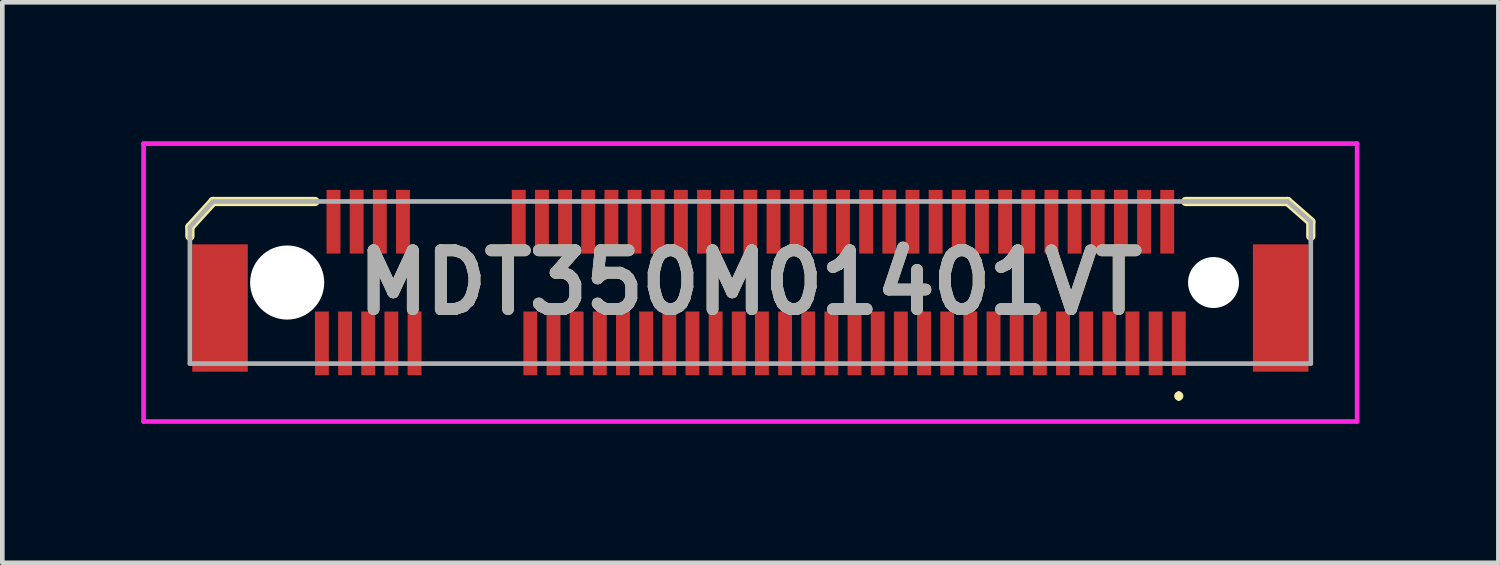
<source format=kicad_pcb>
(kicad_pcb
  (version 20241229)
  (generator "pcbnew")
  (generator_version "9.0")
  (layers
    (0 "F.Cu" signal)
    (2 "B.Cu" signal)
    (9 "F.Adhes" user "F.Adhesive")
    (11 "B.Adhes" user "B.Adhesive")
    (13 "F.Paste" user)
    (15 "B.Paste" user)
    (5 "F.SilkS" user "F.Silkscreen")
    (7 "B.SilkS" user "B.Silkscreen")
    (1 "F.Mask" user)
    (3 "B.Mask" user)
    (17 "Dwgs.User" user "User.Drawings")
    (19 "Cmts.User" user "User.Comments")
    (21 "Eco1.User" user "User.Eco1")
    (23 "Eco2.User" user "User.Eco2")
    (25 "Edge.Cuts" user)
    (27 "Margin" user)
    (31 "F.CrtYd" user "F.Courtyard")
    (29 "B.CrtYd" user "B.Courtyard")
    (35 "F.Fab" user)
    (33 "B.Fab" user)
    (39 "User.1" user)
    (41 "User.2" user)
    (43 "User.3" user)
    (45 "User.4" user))
  (footprint "MDT350M01401VT"
    (layer "F.Cu")
    (at 13.15 3.05)
    (property "Reference" "MDT350M01401VT" (at 0 0 0) (layer "F.SilkS") (effects (font (size 1.27 1.27) (thickness 0.254))))
    (attr through_hole)
    (fp_line (start -12.1 -1.2) (end -12.1 -1) (stroke (width 0.2) (type solid)) (layer "F.SilkS"))
    (fp_line (start -11.6 -1.75) (end -12.1 -1.2) (stroke (width 0.2) (type solid)) (layer "F.SilkS"))
    (fp_line (start -9.4 -1.75) (end -11.6 -1.75) (stroke (width 0.2) (type solid)) (layer "F.SilkS"))
    (fp_line (start 9.25 2.4) (end 9.25 2.4) (stroke (width 0.1) (type solid)) (layer "F.SilkS"))
    (fp_line (start 9.25 2.5) (end 9.25 2.5) (stroke (width 0.1) (type solid)) (layer "F.SilkS"))
    (fp_line (start 9.4 -1.75) (end 11.6 -1.75) (stroke (width 0.2) (type solid)) (layer "F.SilkS"))
    (fp_line (start 11.6 -1.75) (end 12.1 -1.313) (stroke (width 0.2) (type solid)) (layer "F.SilkS"))
    (fp_line (start 12.1 -1.313) (end 12.1 -1) (stroke (width 0.2) (type solid)) (layer "F.SilkS"))
    (fp_arc (start 9.25 2.4) (mid 9.3 2.45) (end 9.25 2.5) (stroke (width 0.1) (type solid)) (layer "F.SilkS"))
    (fp_arc (start 9.25 2.5) (mid 9.2 2.45) (end 9.25 2.4) (stroke (width 0.1) (type solid)) (layer "F.SilkS"))
    (fp_line (start -13.1 -3) (end 13.1 -3) (stroke (width 0.1) (type solid)) (layer "F.CrtYd"))
    (fp_line (start -13.1 3) (end -13.1 -3) (stroke (width 0.1) (type solid)) (layer "F.CrtYd"))
    (fp_line (start 13.1 -3) (end 13.1 3) (stroke (width 0.1) (type solid)) (layer "F.CrtYd"))
    (fp_line (start 13.1 3) (end -13.1 3) (stroke (width 0.1) (type solid)) (layer "F.CrtYd"))
    (fp_line (start -12.1 -1.2) (end -11.6 -1.75) (stroke (width 0.1) (type solid)) (layer "F.Fab"))
    (fp_line (start -12.1 1.75) (end -12.1 -1.2) (stroke (width 0.1) (type solid)) (layer "F.Fab"))
    (fp_line (start -11.6 -1.75) (end 11.6 -1.75) (stroke (width 0.1) (type solid)) (layer "F.Fab"))
    (fp_line (start 11.6 -1.75) (end 12.1 -1.313) (stroke (width 0.1) (type solid)) (layer "F.Fab"))
    (fp_line (start 12.1 -1.313) (end 12.1 1.75) (stroke (width 0.1) (type solid)) (layer "F.Fab"))
    (fp_line (start 12.1 1.75) (end -12.1 1.75) (stroke (width 0.1) (type solid)) (layer "F.Fab"))
    (fp_text user "${REFERENCE}" (at 0 0 0) (layer "F.Fab") (effects (font (size 1.27 1.27) (thickness 0.254))))
    (pad "" np_thru_hole circle (at -10 0) (size 1.6 1.6) (drill 1.6) (layers "*.Cu" "*.Mask"))
    (pad "" np_thru_hole circle (at 10 0) (size 1.1 1.1) (drill 1.1) (layers "*.Cu" "*.Mask"))
    (pad "1" smd rect (at 9.25 1.313) (size 0.3 1.375) (layers "F.Cu" "F.Mask" "F.Paste"))
    (pad "2" smd rect (at 9 -1.313) (size 0.3 1.375) (layers "F.Cu" "F.Mask" "F.Paste"))
    (pad "3" smd rect (at 8.75 1.313) (size 0.3 1.375) (layers "F.Cu" "F.Mask" "F.Paste"))
    (pad "4" smd rect (at 8.5 -1.313) (size 0.3 1.375) (layers "F.Cu" "F.Mask" "F.Paste"))
    (pad "5" smd rect (at 8.25 1.313) (size 0.3 1.375) (layers "F.Cu" "F.Mask" "F.Paste"))
    (pad "6" smd rect (at 8 -1.313) (size 0.3 1.375) (layers "F.Cu" "F.Mask" "F.Paste"))
    (pad "7" smd rect (at 7.75 1.313) (size 0.3 1.375) (layers "F.Cu" "F.Mask" "F.Paste"))
    (pad "8" smd rect (at 7.5 -1.313) (size 0.3 1.375) (layers "F.Cu" "F.Mask" "F.Paste"))
    (pad "9" smd rect (at 7.25 1.313) (size 0.3 1.375) (layers "F.Cu" "F.Mask" "F.Paste"))
    (pad "10" smd rect (at 7 -1.313) (size 0.3 1.375) (layers "F.Cu" "F.Mask" "F.Paste"))
    (pad "11" smd rect (at 6.75 1.313) (size 0.3 1.375) (layers "F.Cu" "F.Mask" "F.Paste"))
    (pad "12" smd rect (at 6.5 -1.313) (size 0.3 1.375) (layers "F.Cu" "F.Mask" "F.Paste"))
    (pad "13" smd rect (at 6.25 1.313) (size 0.3 1.375) (layers "F.Cu" "F.Mask" "F.Paste"))
    (pad "14" smd rect (at 6 -1.313) (size 0.3 1.375) (layers "F.Cu" "F.Mask" "F.Paste"))
    (pad "15" smd rect (at 5.75 1.313) (size 0.3 1.375) (layers "F.Cu" "F.Mask" "F.Paste"))
    (pad "16" smd rect (at 5.5 -1.313) (size 0.3 1.375) (layers "F.Cu" "F.Mask" "F.Paste"))
    (pad "17" smd rect (at 5.25 1.313) (size 0.3 1.375) (layers "F.Cu" "F.Mask" "F.Paste"))
    (pad "18" smd rect (at 5 -1.313) (size 0.3 1.375) (layers "F.Cu" "F.Mask" "F.Paste"))
    (pad "19" smd rect (at 4.75 1.313) (size 0.3 1.375) (layers "F.Cu" "F.Mask" "F.Paste"))
    (pad "20" smd rect (at 4.5 -1.313) (size 0.3 1.375) (layers "F.Cu" "F.Mask" "F.Paste"))
    (pad "21" smd rect (at 4.25 1.313) (size 0.3 1.375) (layers "F.Cu" "F.Mask" "F.Paste"))
    (pad "22" smd rect (at 4 -1.313) (size 0.3 1.375) (layers "F.Cu" "F.Mask" "F.Paste"))
    (pad "23" smd rect (at 3.75 1.313) (size 0.3 1.375) (layers "F.Cu" "F.Mask" "F.Paste"))
    (pad "24" smd rect (at 3.5 -1.313) (size 0.3 1.375) (layers "F.Cu" "F.Mask" "F.Paste"))
    (pad "25" smd rect (at 3.25 1.313) (size 0.3 1.375) (layers "F.Cu" "F.Mask" "F.Paste"))
    (pad "26" smd rect (at 3 -1.313) (size 0.3 1.375) (layers "F.Cu" "F.Mask" "F.Paste"))
    (pad "27" smd rect (at 2.75 1.313) (size 0.3 1.375) (layers "F.Cu" "F.Mask" "F.Paste"))
    (pad "28" smd rect (at 2.5 -1.313) (size 0.3 1.375) (layers "F.Cu" "F.Mask" "F.Paste"))
    (pad "29" smd rect (at 2.25 1.313) (size 0.3 1.375) (layers "F.Cu" "F.Mask" "F.Paste"))
    (pad "30" smd rect (at 2 -1.313) (size 0.3 1.375) (layers "F.Cu" "F.Mask" "F.Paste"))
    (pad "31" smd rect (at 1.75 1.313) (size 0.3 1.375) (layers "F.Cu" "F.Mask" "F.Paste"))
    (pad "32" smd rect (at 1.5 -1.313) (size 0.3 1.375) (layers "F.Cu" "F.Mask" "F.Paste"))
    (pad "33" smd rect (at 1.25 1.313) (size 0.3 1.375) (layers "F.Cu" "F.Mask" "F.Paste"))
    (pad "34" smd rect (at 1 -1.313) (size 0.3 1.375) (layers "F.Cu" "F.Mask" "F.Paste"))
    (pad "35" smd rect (at 0.75 1.313) (size 0.3 1.375) (layers "F.Cu" "F.Mask" "F.Paste"))
    (pad "36" smd rect (at 0.5 -1.313) (size 0.3 1.375) (layers "F.Cu" "F.Mask" "F.Paste"))
    (pad "37" smd rect (at 0.25 1.313) (size 0.3 1.375) (layers "F.Cu" "F.Mask" "F.Paste"))
    (pad "38" smd rect (at 0 -1.313) (size 0.3 1.375) (layers "F.Cu" "F.Mask" "F.Paste"))
    (pad "39" smd rect (at -0.25 1.313) (size 0.3 1.375) (layers "F.Cu" "F.Mask" "F.Paste"))
    (pad "40" smd rect (at -0.5 -1.313) (size 0.3 1.375) (layers "F.Cu" "F.Mask" "F.Paste"))
    (pad "41" smd rect (at -0.75 1.313) (size 0.3 1.375) (layers "F.Cu" "F.Mask" "F.Paste"))
    (pad "42" smd rect (at -1 -1.313) (size 0.3 1.375) (layers "F.Cu" "F.Mask" "F.Paste"))
    (pad "43" smd rect (at -1.25 1.313) (size 0.3 1.375) (layers "F.Cu" "F.Mask" "F.Paste"))
    (pad "44" smd rect (at -1.5 -1.313) (size 0.3 1.375) (layers "F.Cu" "F.Mask" "F.Paste"))
    (pad "45" smd rect (at -1.75 1.313) (size 0.3 1.375) (layers "F.Cu" "F.Mask" "F.Paste"))
    (pad "46" smd rect (at -2 -1.313) (size 0.3 1.375) (layers "F.Cu" "F.Mask" "F.Paste"))
    (pad "47" smd rect (at -2.25 1.313) (size 0.3 1.375) (layers "F.Cu" "F.Mask" "F.Paste"))
    (pad "48" smd rect (at -2.5 -1.313) (size 0.3 1.375) (layers "F.Cu" "F.Mask" "F.Paste"))
    (pad "49" smd rect (at -2.75 1.313) (size 0.3 1.375) (layers "F.Cu" "F.Mask" "F.Paste"))
    (pad "50" smd rect (at -3 -1.313) (size 0.3 1.375) (layers "F.Cu" "F.Mask" "F.Paste"))
    (pad "51" smd rect (at -3.25 1.313) (size 0.3 1.375) (layers "F.Cu" "F.Mask" "F.Paste"))
    (pad "52" smd rect (at -3.5 -1.313) (size 0.3 1.375) (layers "F.Cu" "F.Mask" "F.Paste"))
    (pad "53" smd rect (at -3.75 1.313) (size 0.3 1.375) (layers "F.Cu" "F.Mask" "F.Paste"))
    (pad "54" smd rect (at -4 -1.313) (size 0.3 1.375) (layers "F.Cu" "F.Mask" "F.Paste"))
    (pad "55" smd rect (at -4.25 1.313) (size 0.3 1.375) (layers "F.Cu" "F.Mask" "F.Paste"))
    (pad "56" smd rect (at -4.5 -1.313) (size 0.3 1.375) (layers "F.Cu" "F.Mask" "F.Paste"))
    (pad "57" smd rect (at -4.75 1.313) (size 0.3 1.375) (layers "F.Cu" "F.Mask" "F.Paste"))
    (pad "58" smd rect (at -5 -1.313) (size 0.3 1.375) (layers "F.Cu" "F.Mask" "F.Paste"))
    (pad "67" smd rect (at -7.25 1.313) (size 0.3 1.375) (layers "F.Cu" "F.Mask" "F.Paste"))
    (pad "68" smd rect (at -7.5 -1.313) (size 0.3 1.375) (layers "F.Cu" "F.Mask" "F.Paste"))
    (pad "69" smd rect (at -7.75 1.313) (size 0.3 1.375) (layers "F.Cu" "F.Mask" "F.Paste"))
    (pad "70" smd rect (at -8 -1.313) (size 0.3 1.375) (layers "F.Cu" "F.Mask" "F.Paste"))
    (pad "71" smd rect (at -8.25 1.313) (size 0.3 1.375) (layers "F.Cu" "F.Mask" "F.Paste"))
    (pad "72" smd rect (at -8.5 -1.313) (size 0.3 1.375) (layers "F.Cu" "F.Mask" "F.Paste"))
    (pad "73" smd rect (at -8.75 1.313) (size 0.3 1.375) (layers "F.Cu" "F.Mask" "F.Paste"))
    (pad "74" smd rect (at -9 -1.313) (size 0.3 1.375) (layers "F.Cu" "F.Mask" "F.Paste"))
    (pad "75" smd rect (at -9.25 1.313) (size 0.3 1.375) (layers "F.Cu" "F.Mask" "F.Paste"))
    (pad "MP1" smd rect (at 11.45 0.55) (size 1.2 2.75) (layers "F.Cu" "F.Mask" "F.Paste"))
    (pad "MP2" smd rect (at -11.45 0.55) (size 1.2 2.75) (layers "F.Cu" "F.Mask" "F.Paste")))
  (gr_rect
    (start -3 -3)
    (end 29.3 9.1)
    (stroke (width 0.1) (type default))
    (fill no)
    (layer "Edge.Cuts")))
</source>
